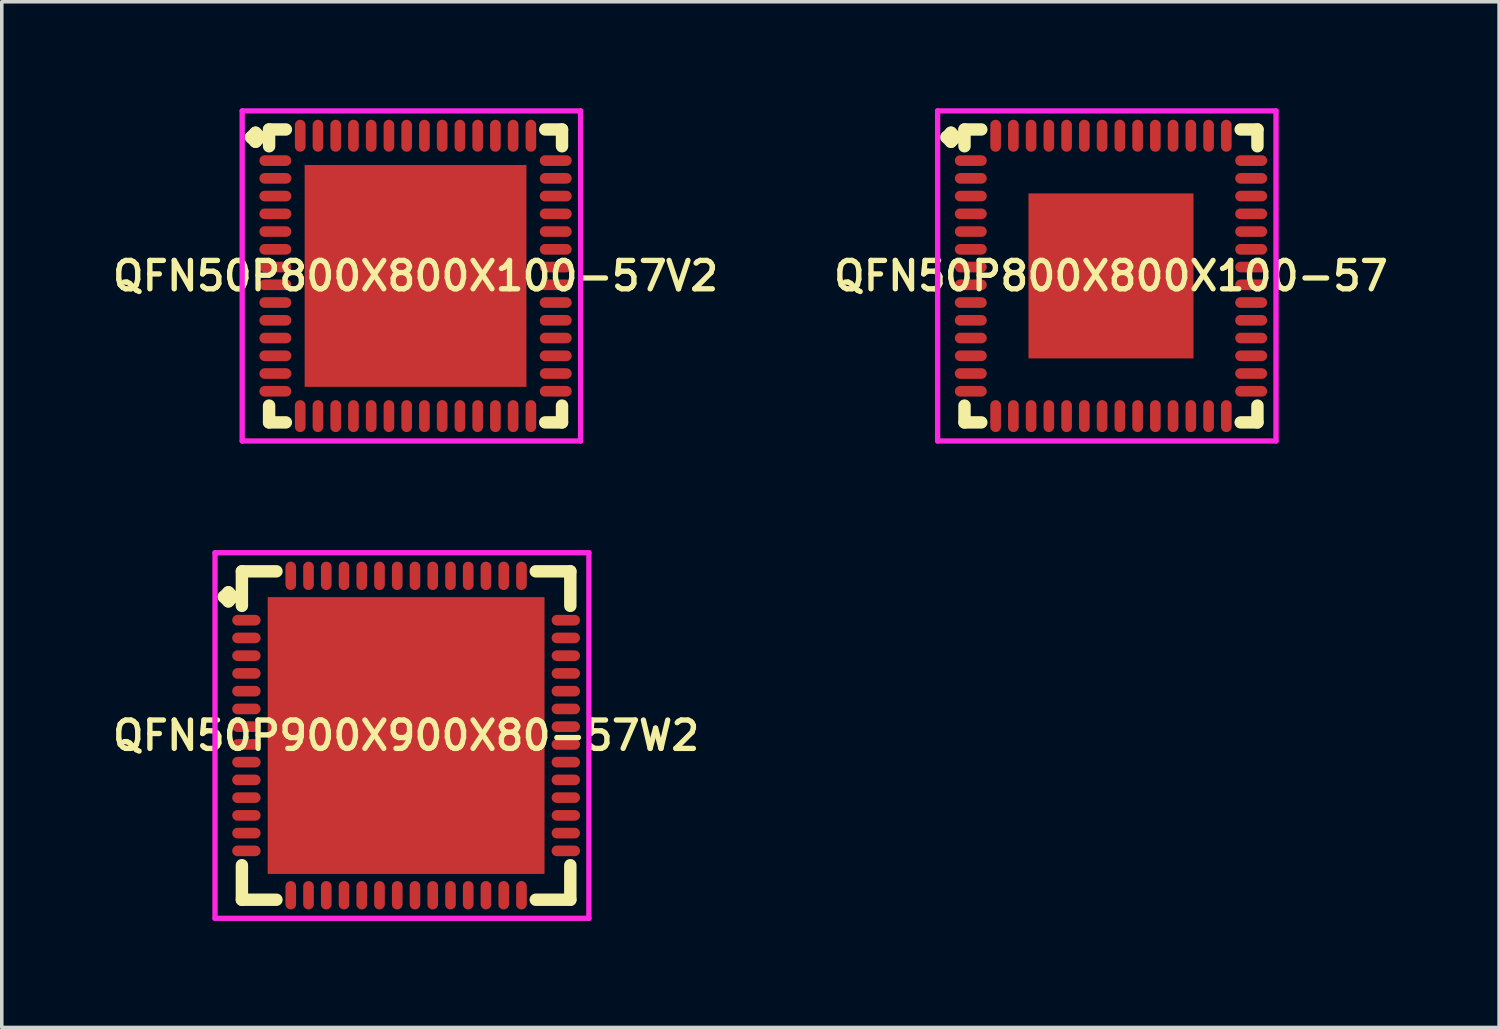
<source format=kicad_pcb>
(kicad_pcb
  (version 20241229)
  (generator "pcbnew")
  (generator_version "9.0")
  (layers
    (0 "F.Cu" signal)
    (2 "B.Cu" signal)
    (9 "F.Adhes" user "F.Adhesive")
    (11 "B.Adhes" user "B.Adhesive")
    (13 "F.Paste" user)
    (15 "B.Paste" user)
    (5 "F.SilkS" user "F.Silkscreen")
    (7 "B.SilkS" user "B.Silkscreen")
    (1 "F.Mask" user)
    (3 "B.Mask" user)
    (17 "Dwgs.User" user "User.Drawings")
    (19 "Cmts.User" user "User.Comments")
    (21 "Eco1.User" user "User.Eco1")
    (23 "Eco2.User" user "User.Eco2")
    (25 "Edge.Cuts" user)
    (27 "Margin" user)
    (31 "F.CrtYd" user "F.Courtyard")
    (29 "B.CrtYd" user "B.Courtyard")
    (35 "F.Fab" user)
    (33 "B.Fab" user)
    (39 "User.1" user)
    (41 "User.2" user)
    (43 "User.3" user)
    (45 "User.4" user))
  (footprint "QFN50P800X800X100-57V2"
    (layer "F.Cu")
    (at 8.659 4.725)
    (property "Reference" "QFN50P800X800X100-57V2" (at 0 0 0) (layer "F.SilkS") (effects (font (size 0.8 0.8) (thickness 0.15))))
    (attr smd)
    (fp_line (start -4.635 -3.908) (end -4.508 -4.035) (stroke (width 0.35) (type solid)) (layer "F.SilkS"))
    (fp_line (start -4.508 -4.035) (end -4.381 -3.908) (stroke (width 0.35) (type solid)) (layer "F.SilkS"))
    (fp_line (start -4.508 -3.781) (end -4.635 -3.908) (stroke (width 0.35) (type solid)) (layer "F.SilkS"))
    (fp_line (start -4.381 -3.908) (end -4.508 -3.781) (stroke (width 0.35) (type solid)) (layer "F.SilkS"))
    (fp_line (start -4.127 -4.127) (end -3.654 -4.127) (stroke (width 0.35) (type solid)) (layer "F.SilkS"))
    (fp_line (start -4.127 -3.654) (end -4.127 -4.127) (stroke (width 0.35) (type solid)) (layer "F.SilkS"))
    (fp_line (start -4.127 3.654) (end -4.127 4.127) (stroke (width 0.35) (type solid)) (layer "F.SilkS"))
    (fp_line (start -4.127 4.127) (end -3.654 4.127) (stroke (width 0.35) (type solid)) (layer "F.SilkS"))
    (fp_line (start 3.654 -4.127) (end 4.127 -4.127) (stroke (width 0.35) (type solid)) (layer "F.SilkS"))
    (fp_line (start 3.654 4.127) (end 4.127 4.127) (stroke (width 0.35) (type solid)) (layer "F.SilkS"))
    (fp_line (start 4.127 -4.127) (end 4.127 -3.654) (stroke (width 0.35) (type solid)) (layer "F.SilkS"))
    (fp_line (start 4.127 4.127) (end 4.127 3.654) (stroke (width 0.35) (type solid)) (layer "F.SilkS"))
    (fp_line (start -4.885 -4.65) (end 4.65 -4.65) (stroke (width 0.15) (type solid)) (layer "F.CrtYd"))
    (fp_line (start -4.885 4.65) (end -4.885 -4.65) (stroke (width 0.15) (type solid)) (layer "F.CrtYd"))
    (fp_line (start 4.65 -4.65) (end 4.65 4.65) (stroke (width 0.15) (type solid)) (layer "F.CrtYd"))
    (fp_line (start 4.65 4.65) (end -4.885 4.65) (stroke (width 0.15) (type solid)) (layer "F.CrtYd"))
    (pad "1" smd oval (at -3.95 -3.25) (size 0.9 0.3) (layers "F.Cu" "F.Mask" "F.Paste"))
    (pad "2" smd oval (at -3.95 -2.75) (size 0.9 0.3) (layers "F.Cu" "F.Mask" "F.Paste"))
    (pad "3" smd oval (at -3.95 -2.25) (size 0.9 0.3) (layers "F.Cu" "F.Mask" "F.Paste"))
    (pad "4" smd oval (at -3.95 -1.75) (size 0.9 0.3) (layers "F.Cu" "F.Mask" "F.Paste"))
    (pad "5" smd oval (at -3.95 -1.25) (size 0.9 0.3) (layers "F.Cu" "F.Mask" "F.Paste"))
    (pad "6" smd oval (at -3.95 -0.75) (size 0.9 0.3) (layers "F.Cu" "F.Mask" "F.Paste"))
    (pad "7" smd oval (at -3.95 -0.25) (size 0.9 0.3) (layers "F.Cu" "F.Mask" "F.Paste"))
    (pad "8" smd oval (at -3.95 0.25) (size 0.9 0.3) (layers "F.Cu" "F.Mask" "F.Paste"))
    (pad "9" smd oval (at -3.95 0.75) (size 0.9 0.3) (layers "F.Cu" "F.Mask" "F.Paste"))
    (pad "10" smd oval (at -3.95 1.25) (size 0.9 0.3) (layers "F.Cu" "F.Mask" "F.Paste"))
    (pad "11" smd oval (at -3.95 1.75) (size 0.9 0.3) (layers "F.Cu" "F.Mask" "F.Paste"))
    (pad "12" smd oval (at -3.95 2.25) (size 0.9 0.3) (layers "F.Cu" "F.Mask" "F.Paste"))
    (pad "13" smd oval (at -3.95 2.75) (size 0.9 0.3) (layers "F.Cu" "F.Mask" "F.Paste"))
    (pad "14" smd oval (at -3.95 3.25) (size 0.9 0.3) (layers "F.Cu" "F.Mask" "F.Paste"))
    (pad "15" smd oval (at -3.25 3.95) (size 0.3 0.9) (layers "F.Cu" "F.Mask" "F.Paste"))
    (pad "16" smd oval (at -2.75 3.95) (size 0.3 0.9) (layers "F.Cu" "F.Mask" "F.Paste"))
    (pad "17" smd oval (at -2.25 3.95) (size 0.3 0.9) (layers "F.Cu" "F.Mask" "F.Paste"))
    (pad "18" smd oval (at -1.75 3.95) (size 0.3 0.9) (layers "F.Cu" "F.Mask" "F.Paste"))
    (pad "19" smd oval (at -1.25 3.95) (size 0.3 0.9) (layers "F.Cu" "F.Mask" "F.Paste"))
    (pad "20" smd oval (at -0.75 3.95) (size 0.3 0.9) (layers "F.Cu" "F.Mask" "F.Paste"))
    (pad "21" smd oval (at -0.25 3.95) (size 0.3 0.9) (layers "F.Cu" "F.Mask" "F.Paste"))
    (pad "22" smd oval (at 0.25 3.95) (size 0.3 0.9) (layers "F.Cu" "F.Mask" "F.Paste"))
    (pad "23" smd oval (at 0.75 3.95) (size 0.3 0.9) (layers "F.Cu" "F.Mask" "F.Paste"))
    (pad "24" smd oval (at 1.25 3.95) (size 0.3 0.9) (layers "F.Cu" "F.Mask" "F.Paste"))
    (pad "25" smd oval (at 1.75 3.95) (size 0.3 0.9) (layers "F.Cu" "F.Mask" "F.Paste"))
    (pad "26" smd oval (at 2.25 3.95) (size 0.3 0.9) (layers "F.Cu" "F.Mask" "F.Paste"))
    (pad "27" smd oval (at 2.75 3.95) (size 0.3 0.9) (layers "F.Cu" "F.Mask" "F.Paste"))
    (pad "28" smd oval (at 3.25 3.95) (size 0.3 0.9) (layers "F.Cu" "F.Mask" "F.Paste"))
    (pad "29" smd oval (at 3.95 3.25) (size 0.9 0.3) (layers "F.Cu" "F.Mask" "F.Paste"))
    (pad "30" smd oval (at 3.95 2.75) (size 0.9 0.3) (layers "F.Cu" "F.Mask" "F.Paste"))
    (pad "31" smd oval (at 3.95 2.25) (size 0.9 0.3) (layers "F.Cu" "F.Mask" "F.Paste"))
    (pad "32" smd oval (at 3.95 1.75) (size 0.9 0.3) (layers "F.Cu" "F.Mask" "F.Paste"))
    (pad "33" smd oval (at 3.95 1.25) (size 0.9 0.3) (layers "F.Cu" "F.Mask" "F.Paste"))
    (pad "34" smd oval (at 3.95 0.75) (size 0.9 0.3) (layers "F.Cu" "F.Mask" "F.Paste"))
    (pad "35" smd oval (at 3.95 0.25) (size 0.9 0.3) (layers "F.Cu" "F.Mask" "F.Paste"))
    (pad "36" smd oval (at 3.95 -0.25) (size 0.9 0.3) (layers "F.Cu" "F.Mask" "F.Paste"))
    (pad "37" smd oval (at 3.95 -0.75) (size 0.9 0.3) (layers "F.Cu" "F.Mask" "F.Paste"))
    (pad "38" smd oval (at 3.95 -1.25) (size 0.9 0.3) (layers "F.Cu" "F.Mask" "F.Paste"))
    (pad "39" smd oval (at 3.95 -1.75) (size 0.9 0.3) (layers "F.Cu" "F.Mask" "F.Paste"))
    (pad "40" smd oval (at 3.95 -2.25) (size 0.9 0.3) (layers "F.Cu" "F.Mask" "F.Paste"))
    (pad "41" smd oval (at 3.95 -2.75) (size 0.9 0.3) (layers "F.Cu" "F.Mask" "F.Paste"))
    (pad "42" smd oval (at 3.95 -3.25) (size 0.9 0.3) (layers "F.Cu" "F.Mask" "F.Paste"))
    (pad "43" smd oval (at 3.25 -3.95) (size 0.3 0.9) (layers "F.Cu" "F.Mask" "F.Paste"))
    (pad "44" smd oval (at 2.75 -3.95) (size 0.3 0.9) (layers "F.Cu" "F.Mask" "F.Paste"))
    (pad "45" smd oval (at 2.25 -3.95) (size 0.3 0.9) (layers "F.Cu" "F.Mask" "F.Paste"))
    (pad "46" smd oval (at 1.75 -3.95) (size 0.3 0.9) (layers "F.Cu" "F.Mask" "F.Paste"))
    (pad "47" smd oval (at 1.25 -3.95) (size 0.3 0.9) (layers "F.Cu" "F.Mask" "F.Paste"))
    (pad "48" smd oval (at 0.75 -3.95) (size 0.3 0.9) (layers "F.Cu" "F.Mask" "F.Paste"))
    (pad "49" smd oval (at 0.25 -3.95) (size 0.3 0.9) (layers "F.Cu" "F.Mask" "F.Paste"))
    (pad "50" smd oval (at -0.25 -3.95) (size 0.3 0.9) (layers "F.Cu" "F.Mask" "F.Paste"))
    (pad "51" smd oval (at -0.75 -3.95) (size 0.3 0.9) (layers "F.Cu" "F.Mask" "F.Paste"))
    (pad "52" smd oval (at -1.25 -3.95) (size 0.3 0.9) (layers "F.Cu" "F.Mask" "F.Paste"))
    (pad "53" smd oval (at -1.75 -3.95) (size 0.3 0.9) (layers "F.Cu" "F.Mask" "F.Paste"))
    (pad "54" smd oval (at -2.25 -3.95) (size 0.3 0.9) (layers "F.Cu" "F.Mask" "F.Paste"))
    (pad "55" smd oval (at -2.75 -3.95) (size 0.3 0.9) (layers "F.Cu" "F.Mask" "F.Paste"))
    (pad "56" smd oval (at -3.25 -3.95) (size 0.3 0.9) (layers "F.Cu" "F.Mask" "F.Paste"))
    (pad "57" smd rect (at 0 0) (size 6.25 6.25) (layers "F.Cu" "F.Mask" "F.Paste")))
  (footprint "QFN50P900X900X80-57W2"
    (layer "F.Cu")
    (at 8.393 17.675)
    (property "Reference" "QFN50P900X900X80-57W2" (at 0 0 0) (layer "F.SilkS") (effects (font (size 0.8 0.8) (thickness 0.15))))
    (attr smd)
    (fp_line (start -5.135 -3.908) (end -5.008 -4.035) (stroke (width 0.35) (type solid)) (layer "F.SilkS"))
    (fp_line (start -5.008 -4.035) (end -4.881 -3.908) (stroke (width 0.35) (type solid)) (layer "F.SilkS"))
    (fp_line (start -5.008 -3.781) (end -5.135 -3.908) (stroke (width 0.35) (type solid)) (layer "F.SilkS"))
    (fp_line (start -4.881 -3.908) (end -5.008 -3.781) (stroke (width 0.35) (type solid)) (layer "F.SilkS"))
    (fp_line (start -4.627 -4.627) (end -3.654 -4.627) (stroke (width 0.35) (type solid)) (layer "F.SilkS"))
    (fp_line (start -4.627 -3.654) (end -4.627 -4.627) (stroke (width 0.35) (type solid)) (layer "F.SilkS"))
    (fp_line (start -4.627 3.654) (end -4.627 4.627) (stroke (width 0.35) (type solid)) (layer "F.SilkS"))
    (fp_line (start -4.627 4.627) (end -3.654 4.627) (stroke (width 0.35) (type solid)) (layer "F.SilkS"))
    (fp_line (start 3.654 -4.627) (end 4.627 -4.627) (stroke (width 0.35) (type solid)) (layer "F.SilkS"))
    (fp_line (start 3.654 4.627) (end 4.627 4.627) (stroke (width 0.35) (type solid)) (layer "F.SilkS"))
    (fp_line (start 4.627 -4.627) (end 4.627 -3.654) (stroke (width 0.35) (type solid)) (layer "F.SilkS"))
    (fp_line (start 4.627 4.627) (end 4.627 3.654) (stroke (width 0.35) (type solid)) (layer "F.SilkS"))
    (fp_line (start -5.385 -5.15) (end 5.15 -5.15) (stroke (width 0.15) (type solid)) (layer "F.CrtYd"))
    (fp_line (start -5.385 5.15) (end -5.385 -5.15) (stroke (width 0.15) (type solid)) (layer "F.CrtYd"))
    (fp_line (start 5.15 -5.15) (end 5.15 5.15) (stroke (width 0.15) (type solid)) (layer "F.CrtYd"))
    (fp_line (start 5.15 5.15) (end -5.385 5.15) (stroke (width 0.15) (type solid)) (layer "F.CrtYd"))
    (pad "1" smd oval (at -4.5 -3.25) (size 0.8 0.3) (layers "F.Cu" "F.Mask" "F.Paste"))
    (pad "2" smd oval (at -4.5 -2.75) (size 0.8 0.3) (layers "F.Cu" "F.Mask" "F.Paste"))
    (pad "3" smd oval (at -4.5 -2.25) (size 0.8 0.3) (layers "F.Cu" "F.Mask" "F.Paste"))
    (pad "4" smd oval (at -4.5 -1.75) (size 0.8 0.3) (layers "F.Cu" "F.Mask" "F.Paste"))
    (pad "5" smd oval (at -4.5 -1.25) (size 0.8 0.3) (layers "F.Cu" "F.Mask" "F.Paste"))
    (pad "6" smd oval (at -4.5 -0.75) (size 0.8 0.3) (layers "F.Cu" "F.Mask" "F.Paste"))
    (pad "7" smd oval (at -4.5 -0.25) (size 0.8 0.3) (layers "F.Cu" "F.Mask" "F.Paste"))
    (pad "8" smd oval (at -4.5 0.25) (size 0.8 0.3) (layers "F.Cu" "F.Mask" "F.Paste"))
    (pad "9" smd oval (at -4.5 0.75) (size 0.8 0.3) (layers "F.Cu" "F.Mask" "F.Paste"))
    (pad "10" smd oval (at -4.5 1.25) (size 0.8 0.3) (layers "F.Cu" "F.Mask" "F.Paste"))
    (pad "11" smd oval (at -4.5 1.75) (size 0.8 0.3) (layers "F.Cu" "F.Mask" "F.Paste"))
    (pad "12" smd oval (at -4.5 2.25) (size 0.8 0.3) (layers "F.Cu" "F.Mask" "F.Paste"))
    (pad "13" smd oval (at -4.5 2.75) (size 0.8 0.3) (layers "F.Cu" "F.Mask" "F.Paste"))
    (pad "14" smd oval (at -4.5 3.25) (size 0.8 0.3) (layers "F.Cu" "F.Mask" "F.Paste"))
    (pad "15" smd oval (at -3.25 4.5) (size 0.3 0.8) (layers "F.Cu" "F.Mask" "F.Paste"))
    (pad "16" smd oval (at -2.75 4.5) (size 0.3 0.8) (layers "F.Cu" "F.Mask" "F.Paste"))
    (pad "17" smd oval (at -2.25 4.5) (size 0.3 0.8) (layers "F.Cu" "F.Mask" "F.Paste"))
    (pad "18" smd oval (at -1.75 4.5) (size 0.3 0.8) (layers "F.Cu" "F.Mask" "F.Paste"))
    (pad "19" smd oval (at -1.25 4.5) (size 0.3 0.8) (layers "F.Cu" "F.Mask" "F.Paste"))
    (pad "20" smd oval (at -0.75 4.5) (size 0.3 0.8) (layers "F.Cu" "F.Mask" "F.Paste"))
    (pad "21" smd oval (at -0.25 4.5) (size 0.3 0.8) (layers "F.Cu" "F.Mask" "F.Paste"))
    (pad "22" smd oval (at 0.25 4.5) (size 0.3 0.8) (layers "F.Cu" "F.Mask" "F.Paste"))
    (pad "23" smd oval (at 0.75 4.5) (size 0.3 0.8) (layers "F.Cu" "F.Mask" "F.Paste"))
    (pad "24" smd oval (at 1.25 4.5) (size 0.3 0.8) (layers "F.Cu" "F.Mask" "F.Paste"))
    (pad "25" smd oval (at 1.75 4.5) (size 0.3 0.8) (layers "F.Cu" "F.Mask" "F.Paste"))
    (pad "26" smd oval (at 2.25 4.5) (size 0.3 0.8) (layers "F.Cu" "F.Mask" "F.Paste"))
    (pad "27" smd oval (at 2.75 4.5) (size 0.3 0.8) (layers "F.Cu" "F.Mask" "F.Paste"))
    (pad "28" smd oval (at 3.25 4.5) (size 0.3 0.8) (layers "F.Cu" "F.Mask" "F.Paste"))
    (pad "29" smd oval (at 4.5 3.25) (size 0.8 0.3) (layers "F.Cu" "F.Mask" "F.Paste"))
    (pad "30" smd oval (at 4.5 2.75) (size 0.8 0.3) (layers "F.Cu" "F.Mask" "F.Paste"))
    (pad "31" smd oval (at 4.5 2.25) (size 0.8 0.3) (layers "F.Cu" "F.Mask" "F.Paste"))
    (pad "32" smd oval (at 4.5 1.75) (size 0.8 0.3) (layers "F.Cu" "F.Mask" "F.Paste"))
    (pad "33" smd oval (at 4.5 1.25) (size 0.8 0.3) (layers "F.Cu" "F.Mask" "F.Paste"))
    (pad "34" smd oval (at 4.5 0.75) (size 0.8 0.3) (layers "F.Cu" "F.Mask" "F.Paste"))
    (pad "35" smd oval (at 4.5 0.25) (size 0.8 0.3) (layers "F.Cu" "F.Mask" "F.Paste"))
    (pad "36" smd oval (at 4.5 -0.25) (size 0.8 0.3) (layers "F.Cu" "F.Mask" "F.Paste"))
    (pad "37" smd oval (at 4.5 -0.75) (size 0.8 0.3) (layers "F.Cu" "F.Mask" "F.Paste"))
    (pad "38" smd oval (at 4.5 -1.25) (size 0.8 0.3) (layers "F.Cu" "F.Mask" "F.Paste"))
    (pad "39" smd oval (at 4.5 -1.75) (size 0.8 0.3) (layers "F.Cu" "F.Mask" "F.Paste"))
    (pad "40" smd oval (at 4.5 -2.25) (size 0.8 0.3) (layers "F.Cu" "F.Mask" "F.Paste"))
    (pad "41" smd oval (at 4.5 -2.75) (size 0.8 0.3) (layers "F.Cu" "F.Mask" "F.Paste"))
    (pad "42" smd oval (at 4.5 -3.25) (size 0.8 0.3) (layers "F.Cu" "F.Mask" "F.Paste"))
    (pad "43" smd oval (at 3.25 -4.5) (size 0.3 0.8) (layers "F.Cu" "F.Mask" "F.Paste"))
    (pad "44" smd oval (at 2.75 -4.5) (size 0.3 0.8) (layers "F.Cu" "F.Mask" "F.Paste"))
    (pad "45" smd oval (at 2.25 -4.5) (size 0.3 0.8) (layers "F.Cu" "F.Mask" "F.Paste"))
    (pad "46" smd oval (at 1.75 -4.5) (size 0.3 0.8) (layers "F.Cu" "F.Mask" "F.Paste"))
    (pad "47" smd oval (at 1.25 -4.5) (size 0.3 0.8) (layers "F.Cu" "F.Mask" "F.Paste"))
    (pad "48" smd oval (at 0.75 -4.5) (size 0.3 0.8) (layers "F.Cu" "F.Mask" "F.Paste"))
    (pad "49" smd oval (at 0.25 -4.5) (size 0.3 0.8) (layers "F.Cu" "F.Mask" "F.Paste"))
    (pad "50" smd oval (at -0.25 -4.5) (size 0.3 0.8) (layers "F.Cu" "F.Mask" "F.Paste"))
    (pad "51" smd oval (at -0.75 -4.5) (size 0.3 0.8) (layers "F.Cu" "F.Mask" "F.Paste"))
    (pad "52" smd oval (at -1.25 -4.5) (size 0.3 0.8) (layers "F.Cu" "F.Mask" "F.Paste"))
    (pad "53" smd oval (at -1.75 -4.5) (size 0.3 0.8) (layers "F.Cu" "F.Mask" "F.Paste"))
    (pad "54" smd oval (at -2.25 -4.5) (size 0.3 0.8) (layers "F.Cu" "F.Mask" "F.Paste"))
    (pad "55" smd oval (at -2.75 -4.5) (size 0.3 0.8) (layers "F.Cu" "F.Mask" "F.Paste"))
    (pad "56" smd oval (at -3.25 -4.5) (size 0.3 0.8) (layers "F.Cu" "F.Mask" "F.Paste"))
    (pad "57" smd rect (at 0 0) (size 7.8 7.8) (layers "F.Cu" "F.Mask" "F.Paste")))
  (footprint "QFN50P800X800X100-57"
    (layer "F.Cu")
    (at 28.254 4.725)
    (property "Reference" "QFN50P800X800X100-57" (at 0 0 0) (layer "F.SilkS") (effects (font (size 0.8 0.8) (thickness 0.15))))
    (attr smd)
    (fp_line (start -4.635 -3.908) (end -4.508 -4.035) (stroke (width 0.35) (type solid)) (layer "F.SilkS"))
    (fp_line (start -4.508 -4.035) (end -4.381 -3.908) (stroke (width 0.35) (type solid)) (layer "F.SilkS"))
    (fp_line (start -4.508 -3.781) (end -4.635 -3.908) (stroke (width 0.35) (type solid)) (layer "F.SilkS"))
    (fp_line (start -4.381 -3.908) (end -4.508 -3.781) (stroke (width 0.35) (type solid)) (layer "F.SilkS"))
    (fp_line (start -4.127 -4.127) (end -3.654 -4.127) (stroke (width 0.35) (type solid)) (layer "F.SilkS"))
    (fp_line (start -4.127 -3.654) (end -4.127 -4.127) (stroke (width 0.35) (type solid)) (layer "F.SilkS"))
    (fp_line (start -4.127 3.654) (end -4.127 4.127) (stroke (width 0.35) (type solid)) (layer "F.SilkS"))
    (fp_line (start -4.127 4.127) (end -3.654 4.127) (stroke (width 0.35) (type solid)) (layer "F.SilkS"))
    (fp_line (start 3.654 -4.127) (end 4.127 -4.127) (stroke (width 0.35) (type solid)) (layer "F.SilkS"))
    (fp_line (start 3.654 4.127) (end 4.127 4.127) (stroke (width 0.35) (type solid)) (layer "F.SilkS"))
    (fp_line (start 4.127 -4.127) (end 4.127 -3.654) (stroke (width 0.35) (type solid)) (layer "F.SilkS"))
    (fp_line (start 4.127 4.127) (end 4.127 3.654) (stroke (width 0.35) (type solid)) (layer "F.SilkS"))
    (fp_line (start -4.885 -4.65) (end 4.65 -4.65) (stroke (width 0.15) (type solid)) (layer "F.CrtYd"))
    (fp_line (start -4.885 4.65) (end -4.885 -4.65) (stroke (width 0.15) (type solid)) (layer "F.CrtYd"))
    (fp_line (start 4.65 -4.65) (end 4.65 4.65) (stroke (width 0.15) (type solid)) (layer "F.CrtYd"))
    (fp_line (start 4.65 4.65) (end -4.885 4.65) (stroke (width 0.15) (type solid)) (layer "F.CrtYd"))
    (pad "1" smd oval (at -3.95 -3.25) (size 0.9 0.3) (layers "F.Cu" "F.Mask" "F.Paste"))
    (pad "2" smd oval (at -3.95 -2.75) (size 0.9 0.3) (layers "F.Cu" "F.Mask" "F.Paste"))
    (pad "3" smd oval (at -3.95 -2.25) (size 0.9 0.3) (layers "F.Cu" "F.Mask" "F.Paste"))
    (pad "4" smd oval (at -3.95 -1.75) (size 0.9 0.3) (layers "F.Cu" "F.Mask" "F.Paste"))
    (pad "5" smd oval (at -3.95 -1.25) (size 0.9 0.3) (layers "F.Cu" "F.Mask" "F.Paste"))
    (pad "6" smd oval (at -3.95 -0.75) (size 0.9 0.3) (layers "F.Cu" "F.Mask" "F.Paste"))
    (pad "7" smd oval (at -3.95 -0.25) (size 0.9 0.3) (layers "F.Cu" "F.Mask" "F.Paste"))
    (pad "8" smd oval (at -3.95 0.25) (size 0.9 0.3) (layers "F.Cu" "F.Mask" "F.Paste"))
    (pad "9" smd oval (at -3.95 0.75) (size 0.9 0.3) (layers "F.Cu" "F.Mask" "F.Paste"))
    (pad "10" smd oval (at -3.95 1.25) (size 0.9 0.3) (layers "F.Cu" "F.Mask" "F.Paste"))
    (pad "11" smd oval (at -3.95 1.75) (size 0.9 0.3) (layers "F.Cu" "F.Mask" "F.Paste"))
    (pad "12" smd oval (at -3.95 2.25) (size 0.9 0.3) (layers "F.Cu" "F.Mask" "F.Paste"))
    (pad "13" smd oval (at -3.95 2.75) (size 0.9 0.3) (layers "F.Cu" "F.Mask" "F.Paste"))
    (pad "14" smd oval (at -3.95 3.25) (size 0.9 0.3) (layers "F.Cu" "F.Mask" "F.Paste"))
    (pad "15" smd oval (at -3.25 3.95) (size 0.3 0.9) (layers "F.Cu" "F.Mask" "F.Paste"))
    (pad "16" smd oval (at -2.75 3.95) (size 0.3 0.9) (layers "F.Cu" "F.Mask" "F.Paste"))
    (pad "17" smd oval (at -2.25 3.95) (size 0.3 0.9) (layers "F.Cu" "F.Mask" "F.Paste"))
    (pad "18" smd oval (at -1.75 3.95) (size 0.3 0.9) (layers "F.Cu" "F.Mask" "F.Paste"))
    (pad "19" smd oval (at -1.25 3.95) (size 0.3 0.9) (layers "F.Cu" "F.Mask" "F.Paste"))
    (pad "20" smd oval (at -0.75 3.95) (size 0.3 0.9) (layers "F.Cu" "F.Mask" "F.Paste"))
    (pad "21" smd oval (at -0.25 3.95) (size 0.3 0.9) (layers "F.Cu" "F.Mask" "F.Paste"))
    (pad "22" smd oval (at 0.25 3.95) (size 0.3 0.9) (layers "F.Cu" "F.Mask" "F.Paste"))
    (pad "23" smd oval (at 0.75 3.95) (size 0.3 0.9) (layers "F.Cu" "F.Mask" "F.Paste"))
    (pad "24" smd oval (at 1.25 3.95) (size 0.3 0.9) (layers "F.Cu" "F.Mask" "F.Paste"))
    (pad "25" smd oval (at 1.75 3.95) (size 0.3 0.9) (layers "F.Cu" "F.Mask" "F.Paste"))
    (pad "26" smd oval (at 2.25 3.95) (size 0.3 0.9) (layers "F.Cu" "F.Mask" "F.Paste"))
    (pad "27" smd oval (at 2.75 3.95) (size 0.3 0.9) (layers "F.Cu" "F.Mask" "F.Paste"))
    (pad "28" smd oval (at 3.25 3.95) (size 0.3 0.9) (layers "F.Cu" "F.Mask" "F.Paste"))
    (pad "29" smd oval (at 3.95 3.25) (size 0.9 0.3) (layers "F.Cu" "F.Mask" "F.Paste"))
    (pad "30" smd oval (at 3.95 2.75) (size 0.9 0.3) (layers "F.Cu" "F.Mask" "F.Paste"))
    (pad "31" smd oval (at 3.95 2.25) (size 0.9 0.3) (layers "F.Cu" "F.Mask" "F.Paste"))
    (pad "32" smd oval (at 3.95 1.75) (size 0.9 0.3) (layers "F.Cu" "F.Mask" "F.Paste"))
    (pad "33" smd oval (at 3.95 1.25) (size 0.9 0.3) (layers "F.Cu" "F.Mask" "F.Paste"))
    (pad "34" smd oval (at 3.95 0.75) (size 0.9 0.3) (layers "F.Cu" "F.Mask" "F.Paste"))
    (pad "35" smd oval (at 3.95 0.25) (size 0.9 0.3) (layers "F.Cu" "F.Mask" "F.Paste"))
    (pad "36" smd oval (at 3.95 -0.25) (size 0.9 0.3) (layers "F.Cu" "F.Mask" "F.Paste"))
    (pad "37" smd oval (at 3.95 -0.75) (size 0.9 0.3) (layers "F.Cu" "F.Mask" "F.Paste"))
    (pad "38" smd oval (at 3.95 -1.25) (size 0.9 0.3) (layers "F.Cu" "F.Mask" "F.Paste"))
    (pad "39" smd oval (at 3.95 -1.75) (size 0.9 0.3) (layers "F.Cu" "F.Mask" "F.Paste"))
    (pad "40" smd oval (at 3.95 -2.25) (size 0.9 0.3) (layers "F.Cu" "F.Mask" "F.Paste"))
    (pad "41" smd oval (at 3.95 -2.75) (size 0.9 0.3) (layers "F.Cu" "F.Mask" "F.Paste"))
    (pad "42" smd oval (at 3.95 -3.25) (size 0.9 0.3) (layers "F.Cu" "F.Mask" "F.Paste"))
    (pad "43" smd oval (at 3.25 -3.95) (size 0.3 0.9) (layers "F.Cu" "F.Mask" "F.Paste"))
    (pad "44" smd oval (at 2.75 -3.95) (size 0.3 0.9) (layers "F.Cu" "F.Mask" "F.Paste"))
    (pad "45" smd oval (at 2.25 -3.95) (size 0.3 0.9) (layers "F.Cu" "F.Mask" "F.Paste"))
    (pad "46" smd oval (at 1.75 -3.95) (size 0.3 0.9) (layers "F.Cu" "F.Mask" "F.Paste"))
    (pad "47" smd oval (at 1.25 -3.95) (size 0.3 0.9) (layers "F.Cu" "F.Mask" "F.Paste"))
    (pad "48" smd oval (at 0.75 -3.95) (size 0.3 0.9) (layers "F.Cu" "F.Mask" "F.Paste"))
    (pad "49" smd oval (at 0.25 -3.95) (size 0.3 0.9) (layers "F.Cu" "F.Mask" "F.Paste"))
    (pad "50" smd oval (at -0.25 -3.95) (size 0.3 0.9) (layers "F.Cu" "F.Mask" "F.Paste"))
    (pad "51" smd oval (at -0.75 -3.95) (size 0.3 0.9) (layers "F.Cu" "F.Mask" "F.Paste"))
    (pad "52" smd oval (at -1.25 -3.95) (size 0.3 0.9) (layers "F.Cu" "F.Mask" "F.Paste"))
    (pad "53" smd oval (at -1.75 -3.95) (size 0.3 0.9) (layers "F.Cu" "F.Mask" "F.Paste"))
    (pad "54" smd oval (at -2.25 -3.95) (size 0.3 0.9) (layers "F.Cu" "F.Mask" "F.Paste"))
    (pad "55" smd oval (at -2.75 -3.95) (size 0.3 0.9) (layers "F.Cu" "F.Mask" "F.Paste"))
    (pad "56" smd oval (at -3.25 -3.95) (size 0.3 0.9) (layers "F.Cu" "F.Mask" "F.Paste"))
    (pad "57" smd rect (at 0 0) (size 4.65 4.65) (layers "F.Cu" "F.Mask" "F.Paste")))
  (gr_rect
    (start -3 -3)
    (end 39.19 25.9)
    (stroke (width 0.1) (type default))
    (fill no)
    (layer "Edge.Cuts")))
</source>
